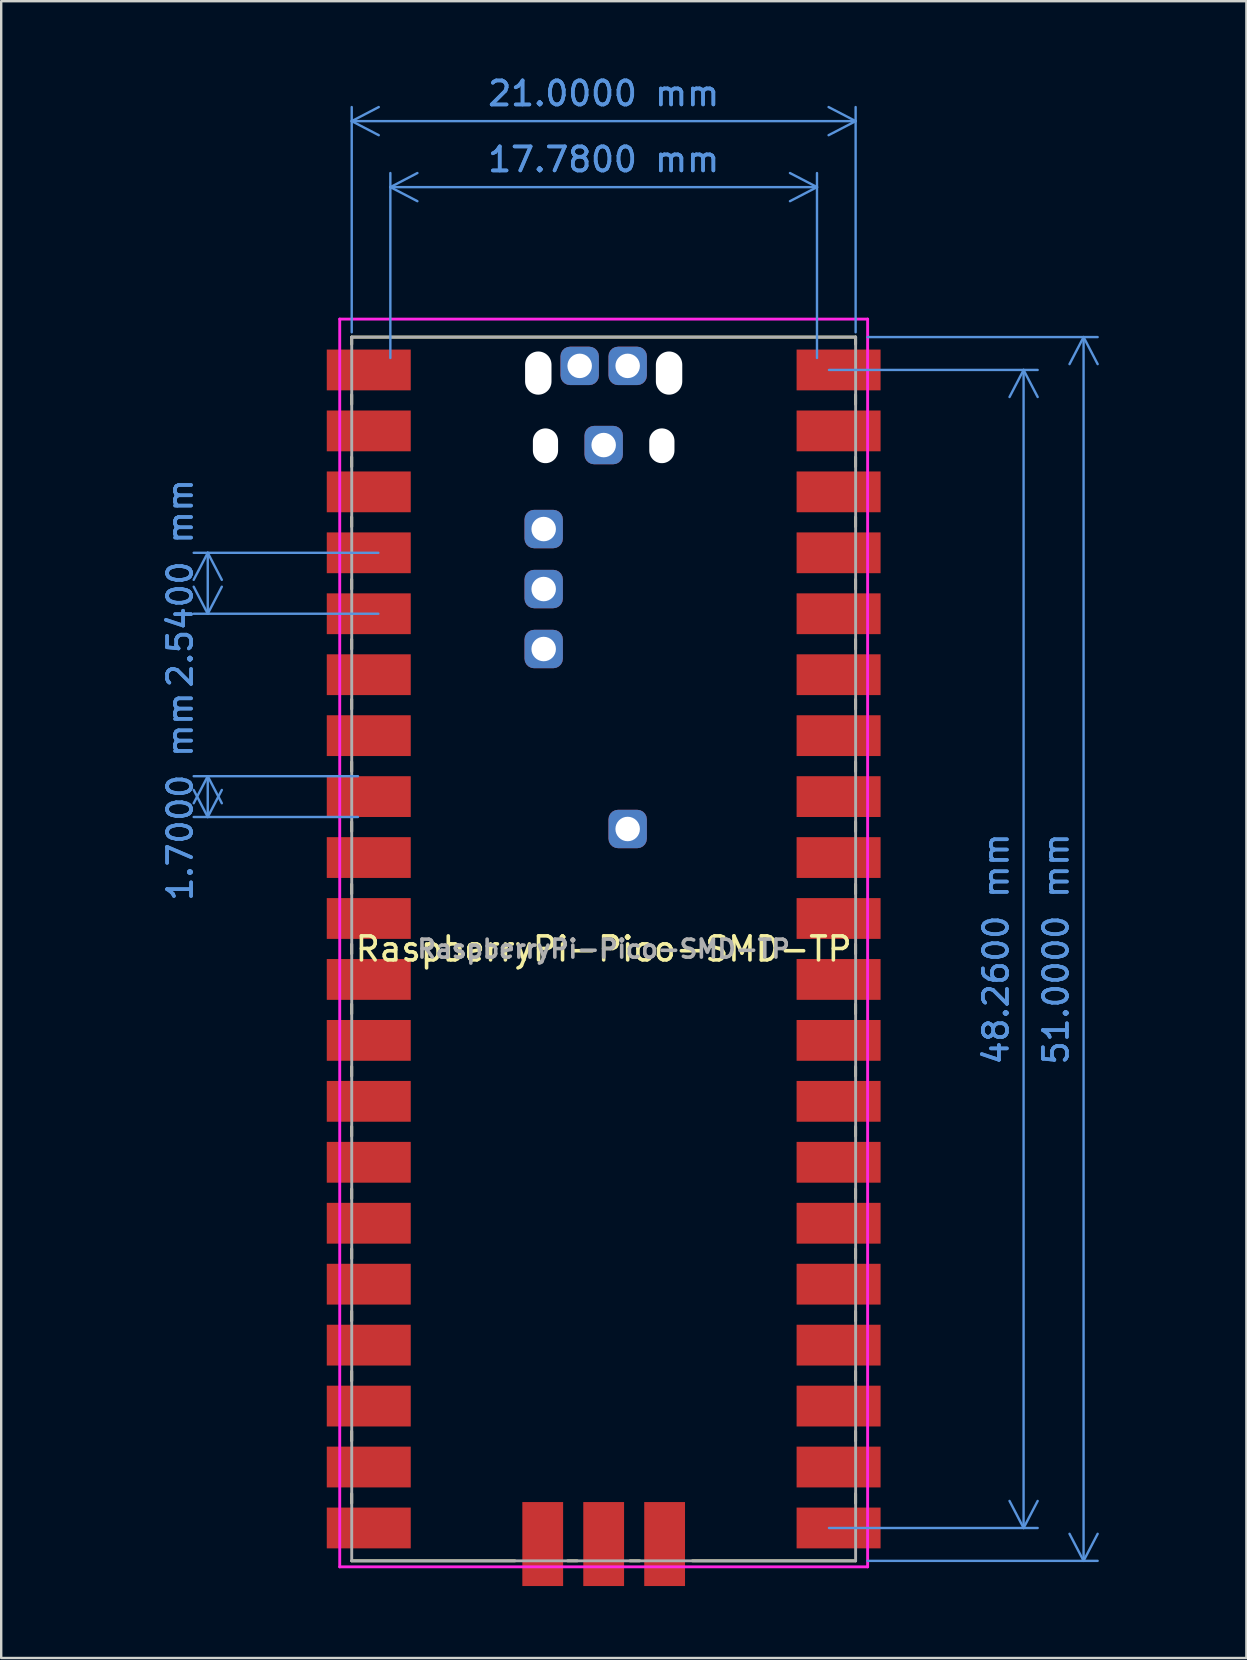
<source format=kicad_pcb>
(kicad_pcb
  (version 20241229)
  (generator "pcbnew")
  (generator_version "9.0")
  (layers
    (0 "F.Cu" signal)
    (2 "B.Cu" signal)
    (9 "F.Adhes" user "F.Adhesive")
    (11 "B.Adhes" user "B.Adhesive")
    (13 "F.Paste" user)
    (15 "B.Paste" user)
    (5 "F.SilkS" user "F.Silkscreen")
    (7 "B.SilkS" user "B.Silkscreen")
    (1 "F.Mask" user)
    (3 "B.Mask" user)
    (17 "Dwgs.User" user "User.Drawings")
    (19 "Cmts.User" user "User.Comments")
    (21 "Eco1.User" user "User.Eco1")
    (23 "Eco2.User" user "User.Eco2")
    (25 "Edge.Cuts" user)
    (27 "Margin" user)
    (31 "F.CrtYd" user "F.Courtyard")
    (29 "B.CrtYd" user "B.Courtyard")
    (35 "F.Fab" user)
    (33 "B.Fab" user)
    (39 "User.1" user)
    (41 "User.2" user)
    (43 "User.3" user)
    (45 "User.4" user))
  (footprint "RaspberryPi-Pico-SMD-TP"
    (layer "F.Cu")
    (at 11.608 61.998)
    (property "Reference" "RaspberryPi-Pico-SMD-TP" (at 10.5 -25.5 0) (layer "F.SilkS") (effects (font (size 1 1) (thickness 0.15))))
    (attr through_hole)
    (fp_line (start 0 -51) (end 0 -50.7) (stroke (width 0.12) (type solid)) (layer "F.SilkS"))
    (fp_line (start 0 -51) (end 21 -51) (stroke (width 0.12) (type solid)) (layer "F.SilkS"))
    (fp_line (start 0 -48.6) (end 0 -48.2) (stroke (width 0.12) (type solid)) (layer "F.SilkS"))
    (fp_line (start 0 -46) (end 0 -45.6) (stroke (width 0.12) (type solid)) (layer "F.SilkS"))
    (fp_line (start 0 -43.5) (end 0 -43.1) (stroke (width 0.12) (type solid)) (layer "F.SilkS"))
    (fp_line (start 0 -40.9) (end 0 -40.5) (stroke (width 0.12) (type solid)) (layer "F.SilkS"))
    (fp_line (start 0 -38.4) (end 0 -38) (stroke (width 0.12) (type solid)) (layer "F.SilkS"))
    (fp_line (start 0 -35.9) (end 0 -35.5) (stroke (width 0.12) (type solid)) (layer "F.SilkS"))
    (fp_line (start 0 -33.3) (end 0 -32.9) (stroke (width 0.12) (type solid)) (layer "F.SilkS"))
    (fp_line (start 0 -30.8) (end 0 -30.4) (stroke (width 0.12) (type solid)) (layer "F.SilkS"))
    (fp_line (start 0 -28.2) (end 0 -27.8) (stroke (width 0.12) (type solid)) (layer "F.SilkS"))
    (fp_line (start 0 -25.7) (end 0 -25.3) (stroke (width 0.12) (type solid)) (layer "F.SilkS"))
    (fp_line (start 0 -23.2) (end 0 -22.8) (stroke (width 0.12) (type solid)) (layer "F.SilkS"))
    (fp_line (start 0 -20.6) (end 0 -20.2) (stroke (width 0.12) (type solid)) (layer "F.SilkS"))
    (fp_line (start 0 -18.1) (end 0 -17.7) (stroke (width 0.12) (type solid)) (layer "F.SilkS"))
    (fp_line (start 0 -15.5) (end 0 -15.1) (stroke (width 0.12) (type solid)) (layer "F.SilkS"))
    (fp_line (start 0 -13) (end 0 -12.6) (stroke (width 0.12) (type solid)) (layer "F.SilkS"))
    (fp_line (start 0 -10.4) (end 0 -10) (stroke (width 0.12) (type solid)) (layer "F.SilkS"))
    (fp_line (start 0 -7.9) (end 0 -7.5) (stroke (width 0.12) (type solid)) (layer "F.SilkS"))
    (fp_line (start 0 -5.4) (end 0 -5) (stroke (width 0.12) (type solid)) (layer "F.SilkS"))
    (fp_line (start 0 -2.8) (end 0 -2.4) (stroke (width 0.12) (type solid)) (layer "F.SilkS"))
    (fp_line (start 6.8 0) (end 0 0) (stroke (width 0.12) (type solid)) (layer "F.SilkS"))
    (fp_line (start 9 0) (end 9.4 0) (stroke (width 0.12) (type solid)) (layer "F.SilkS"))
    (fp_line (start 11.6 0) (end 12 0) (stroke (width 0.12) (type solid)) (layer "F.SilkS"))
    (fp_line (start 21 -51) (end 21 -50.7) (stroke (width 0.12) (type solid)) (layer "F.SilkS"))
    (fp_line (start 21 -48.6) (end 21 -48.2) (stroke (width 0.12) (type solid)) (layer "F.SilkS"))
    (fp_line (start 21 -46) (end 21 -45.6) (stroke (width 0.12) (type solid)) (layer "F.SilkS"))
    (fp_line (start 21 -43.5) (end 21 -43.1) (stroke (width 0.12) (type solid)) (layer "F.SilkS"))
    (fp_line (start 21 -40.9) (end 21 -40.5) (stroke (width 0.12) (type solid)) (layer "F.SilkS"))
    (fp_line (start 21 -38.4) (end 21 -38) (stroke (width 0.12) (type solid)) (layer "F.SilkS"))
    (fp_line (start 21 -35.9) (end 21 -35.5) (stroke (width 0.12) (type solid)) (layer "F.SilkS"))
    (fp_line (start 21 -33.3) (end 21 -32.9) (stroke (width 0.12) (type solid)) (layer "F.SilkS"))
    (fp_line (start 21 -30.8) (end 21 -30.4) (stroke (width 0.12) (type solid)) (layer "F.SilkS"))
    (fp_line (start 21 -28.2) (end 21 -27.8) (stroke (width 0.12) (type solid)) (layer "F.SilkS"))
    (fp_line (start 21 -25.7) (end 21 -25.3) (stroke (width 0.12) (type solid)) (layer "F.SilkS"))
    (fp_line (start 21 -23.2) (end 21 -22.8) (stroke (width 0.12) (type solid)) (layer "F.SilkS"))
    (fp_line (start 21 -20.6) (end 21 -20.2) (stroke (width 0.12) (type solid)) (layer "F.SilkS"))
    (fp_line (start 21 -18.1) (end 21 -17.7) (stroke (width 0.12) (type solid)) (layer "F.SilkS"))
    (fp_line (start 21 -15.5) (end 21 -15.1) (stroke (width 0.12) (type solid)) (layer "F.SilkS"))
    (fp_line (start 21 -13) (end 21 -12.6) (stroke (width 0.12) (type solid)) (layer "F.SilkS"))
    (fp_line (start 21 -10.4) (end 21 -10) (stroke (width 0.12) (type solid)) (layer "F.SilkS"))
    (fp_line (start 21 -7.9) (end 21 -7.5) (stroke (width 0.12) (type solid)) (layer "F.SilkS"))
    (fp_line (start 21 -5.4) (end 21 -5) (stroke (width 0.12) (type solid)) (layer "F.SilkS"))
    (fp_line (start 21 -2.8) (end 21 -2.4) (stroke (width 0.12) (type solid)) (layer "F.SilkS"))
    (fp_line (start 21 0) (end 14.2 0) (stroke (width 0.12) (type solid)) (layer "F.SilkS"))
    (fp_line (start -0.5 -51.75) (end 21.5 -51.75) (stroke (width 0.12) (type solid)) (layer "F.CrtYd"))
    (fp_line (start -0.5 0.25) (end -0.5 -51.75) (stroke (width 0.12) (type solid)) (layer "F.CrtYd"))
    (fp_line (start 21.5 -51.75) (end 21.5 0.25) (stroke (width 0.12) (type solid)) (layer "F.CrtYd"))
    (fp_line (start 21.5 0.25) (end -0.5 0.25) (stroke (width 0.12) (type solid)) (layer "F.CrtYd"))
    (fp_line (start 0 -51) (end 21 -51) (stroke (width 0.12) (type solid)) (layer "F.Fab"))
    (fp_line (start 0 0) (end 0 -51) (stroke (width 0.12) (type solid)) (layer "F.Fab"))
    (fp_line (start 21 -51) (end 21 0) (stroke (width 0.12) (type solid)) (layer "F.Fab"))
    (fp_line (start 21 0) (end 0 0) (stroke (width 0.12) (type solid)) (layer "F.Fab"))
    (fp_text user "${REFERENCE}" (at 10.5 -25.5 180) (layer "F.Fab") (effects (font (size 0.75 0.75) (thickness 0.15))))
    (dimension (type aligned) (layer "Cmts.User") (pts (xy 13.218 19.988) (xy 13.218 22.528)) (height 7.61) (format (prefix "") (suffix "") (units 3) (units_format 1) (precision 4)) (style (thickness 0.1) (arrow_length 1.27) (text_position_mode 0) (arrow_direction outward) (extension_height 0.586) (extension_offset 0.5) (keep_text_aligned yes)) (gr_text "2.5400 mm" (at 4.458 21.258 90) (layer "Cmts.User") (effects (font (size 1 1) (thickness 0.15)))))
    (dimension (type aligned) (layer "Cmts.User") (pts (xy 12.368 29.298) (xy 12.368 30.998)) (height 6.76) (format (prefix "") (suffix "") (units 3) (units_format 1) (precision 4)) (style (thickness 0.1) (arrow_length 1.27) (text_position_mode 0) (arrow_direction outward) (extension_height 0.586) (extension_offset 0.5) (keep_text_aligned yes)) (gr_text "1.7000 mm" (at 4.458 30.148 90) (layer "Cmts.User") (effects (font (size 1 1) (thickness 0.15)))))
    (dimension (type aligned) (layer "Cmts.User") (pts (xy 32.608 10.998) (xy 32.608 61.998)) (height -9.5) (format (prefix "") (suffix "") (units 3) (units_format 1) (precision 4)) (style (thickness 0.1) (arrow_length 1.27) (text_position_mode 0) (arrow_direction outward) (extension_height 0.586) (extension_offset 0.5) (keep_text_aligned yes)) (gr_text "51.0000 mm" (at 40.958 36.498 90) (layer "Cmts.User") (effects (font (size 1 1) (thickness 0.15)))))
    (dimension (type aligned) (layer "Cmts.User") (pts (xy 13.218 12.368) (xy 30.998 12.368)) (height -7.62) (format (prefix "") (suffix "") (units 3) (units_format 1) (precision 4)) (style (thickness 0.1) (arrow_length 1.27) (text_position_mode 0) (arrow_direction outward) (extension_height 0.586) (extension_offset 0.5) (keep_text_aligned yes)) (gr_text "17.7800 mm" (at 22.108 3.598 0) (layer "Cmts.User") (effects (font (size 1 1) (thickness 0.15)))))
    (dimension (type aligned) (layer "Cmts.User") (pts (xy 30.998 12.368) (xy 30.998 60.628)) (height -8.61) (format (prefix "") (suffix "") (units 3) (units_format 1) (precision 4)) (style (thickness 0.1) (arrow_length 1.27) (text_position_mode 0) (arrow_direction outward) (extension_height 0.586) (extension_offset 0.5) (keep_text_aligned yes)) (gr_text "48.2600 mm" (at 38.458 36.498 90) (layer "Cmts.User") (effects (font (size 1 1) (thickness 0.15)))))
    (dimension (type aligned) (layer "Cmts.User") (pts (xy 11.608 11.298) (xy 32.608 11.298)) (height -9.3) (format (prefix "") (suffix "") (units 3) (units_format 1) (precision 4)) (style (thickness 0.1) (arrow_length 1.27) (text_position_mode 0) (arrow_direction outward) (extension_height 0.586) (extension_offset 0.5) (keep_text_aligned yes)) (gr_text "21.0000 mm" (at 22.108 0.848 0) (layer "Cmts.User") (effects (font (size 1 1) (thickness 0.15)))))
    (pad "" np_thru_hole oval (at 7.775 -49.5) (size 1.1 1.8) (drill oval 1.1 1.8) (layers "*.Cu" "*.Mask"))
    (pad "" np_thru_hole oval (at 8.075 -46.47) (size 1.05 1.45) (drill oval 1.05 1.45) (layers "*.Cu" "*.Mask"))
    (pad "" np_thru_hole oval (at 12.925 -46.47) (size 1.05 1.45) (drill oval 1.05 1.45) (layers "*.Cu" "*.Mask"))
    (pad "" np_thru_hole oval (at 13.225 -49.5) (size 1.1 1.8) (drill oval 1.1 1.8) (layers "*.Cu" "*.Mask"))
    (pad "1" smd rect (at 1.61 -49.63) (size 3.5 1.7) (drill (offset -0.9 0)) (layers "F.Cu" "F.Mask"))
    (pad "2" smd rect (at 1.61 -47.09) (size 3.5 1.7) (drill (offset -0.9 0)) (layers "F.Cu" "F.Mask"))
    (pad "3" smd rect (at 1.61 -44.55) (size 3.5 1.7) (drill (offset -0.9 0)) (layers "F.Cu" "F.Mask"))
    (pad "4" smd rect (at 1.61 -42.01) (size 3.5 1.7) (drill (offset -0.9 0)) (layers "F.Cu" "F.Mask"))
    (pad "5" smd rect (at 1.61 -39.47) (size 3.5 1.7) (drill (offset -0.9 0)) (layers "F.Cu" "F.Mask"))
    (pad "6" smd rect (at 1.61 -36.93) (size 3.5 1.7) (drill (offset -0.9 0)) (layers "F.Cu" "F.Mask"))
    (pad "7" smd rect (at 1.61 -34.39) (size 3.5 1.7) (drill (offset -0.9 0)) (layers "F.Cu" "F.Mask"))
    (pad "8" smd rect (at 1.61 -31.85) (size 3.5 1.7) (drill (offset -0.9 0)) (layers "F.Cu" "F.Mask"))
    (pad "9" smd rect (at 1.61 -29.31) (size 3.5 1.7) (drill (offset -0.9 0)) (layers "F.Cu" "F.Mask"))
    (pad "10" smd rect (at 1.61 -26.77) (size 3.5 1.7) (drill (offset -0.9 0)) (layers "F.Cu" "F.Mask"))
    (pad "11" smd rect (at 1.61 -24.23) (size 3.5 1.7) (drill (offset -0.9 0)) (layers "F.Cu" "F.Mask"))
    (pad "12" smd rect (at 1.61 -21.69) (size 3.5 1.7) (drill (offset -0.9 0)) (layers "F.Cu" "F.Mask"))
    (pad "13" smd rect (at 1.61 -19.15) (size 3.5 1.7) (drill (offset -0.9 0)) (layers "F.Cu" "F.Mask"))
    (pad "14" smd rect (at 1.61 -16.61) (size 3.5 1.7) (drill (offset -0.9 0)) (layers "F.Cu" "F.Mask"))
    (pad "15" smd rect (at 1.61 -14.07) (size 3.5 1.7) (drill (offset -0.9 0)) (layers "F.Cu" "F.Mask"))
    (pad "16" smd rect (at 1.61 -11.53) (size 3.5 1.7) (drill (offset -0.9 0)) (layers "F.Cu" "F.Mask"))
    (pad "17" smd rect (at 1.61 -8.99) (size 3.5 1.7) (drill (offset -0.9 0)) (layers "F.Cu" "F.Mask"))
    (pad "18" smd rect (at 1.61 -6.45) (size 3.5 1.7) (drill (offset -0.9 0)) (layers "F.Cu" "F.Mask"))
    (pad "19" smd rect (at 1.61 -3.91) (size 3.5 1.7) (drill (offset -0.9 0)) (layers "F.Cu" "F.Mask"))
    (pad "20" smd rect (at 1.61 -1.37) (size 3.5 1.7) (drill (offset -0.9 0)) (layers "F.Cu" "F.Mask"))
    (pad "21" smd rect (at 19.39 -1.37) (size 3.5 1.7) (drill (offset 0.9 0)) (layers "F.Cu" "F.Mask"))
    (pad "22" smd rect (at 19.39 -3.91) (size 3.5 1.7) (drill (offset 0.9 0)) (layers "F.Cu" "F.Mask"))
    (pad "23" smd rect (at 19.39 -6.45) (size 3.5 1.7) (drill (offset 0.9 0)) (layers "F.Cu" "F.Mask"))
    (pad "24" smd rect (at 19.39 -8.99) (size 3.5 1.7) (drill (offset 0.9 0)) (layers "F.Cu" "F.Mask"))
    (pad "25" smd rect (at 19.39 -11.53) (size 3.5 1.7) (drill (offset 0.9 0)) (layers "F.Cu" "F.Mask"))
    (pad "26" smd rect (at 19.39 -14.07) (size 3.5 1.7) (drill (offset 0.9 0)) (layers "F.Cu" "F.Mask"))
    (pad "27" smd rect (at 19.39 -16.61) (size 3.5 1.7) (drill (offset 0.9 0)) (layers "F.Cu" "F.Mask"))
    (pad "28" smd rect (at 19.39 -19.15) (size 3.5 1.7) (drill (offset 0.9 0)) (layers "F.Cu" "F.Mask"))
    (pad "29" smd rect (at 19.39 -21.69) (size 3.5 1.7) (drill (offset 0.9 0)) (layers "F.Cu" "F.Mask"))
    (pad "30" smd rect (at 19.39 -24.23) (size 3.5 1.7) (drill (offset 0.9 0)) (layers "F.Cu" "F.Mask"))
    (pad "31" smd rect (at 19.39 -26.77) (size 3.5 1.7) (drill (offset 0.9 0)) (layers "F.Cu" "F.Mask"))
    (pad "32" smd rect (at 19.39 -29.31) (size 3.5 1.7) (drill (offset 0.9 0)) (layers "F.Cu" "F.Mask"))
    (pad "33" smd rect (at 19.39 -31.85) (size 3.5 1.7) (drill (offset 0.9 0)) (layers "F.Cu" "F.Mask"))
    (pad "34" smd rect (at 19.39 -34.39) (size 3.5 1.7) (drill (offset 0.9 0)) (layers "F.Cu" "F.Mask"))
    (pad "35" smd rect (at 19.39 -36.93) (size 3.5 1.7) (drill (offset 0.9 0)) (layers "F.Cu" "F.Mask"))
    (pad "36" smd rect (at 19.39 -39.47) (size 3.5 1.7) (drill (offset 0.9 0)) (layers "F.Cu" "F.Mask"))
    (pad "37" smd rect (at 19.39 -42.01) (size 3.5 1.7) (drill (offset 0.9 0)) (layers "F.Cu" "F.Mask"))
    (pad "38" smd rect (at 19.39 -44.55) (size 3.5 1.7) (drill (offset 0.9 0)) (layers "F.Cu" "F.Mask"))
    (pad "39" smd rect (at 19.39 -47.09) (size 3.5 1.7) (drill (offset 0.9 0)) (layers "F.Cu" "F.Mask"))
    (pad "40" smd rect (at 19.39 -49.63) (size 3.5 1.7) (drill (offset 0.9 0)) (layers "F.Cu" "F.Mask"))
    (pad "41" smd rect (at 7.96 -1.6 90) (size 3.5 1.7) (drill (offset -0.9 0)) (layers "F.Cu" "F.Mask"))
    (pad "42" smd rect (at 10.5 -1.6 90) (size 3.5 1.7) (drill (offset -0.9 0)) (layers "F.Cu" "F.Mask"))
    (pad "43" smd rect (at 13.04 -1.6 90) (size 3.5 1.7) (drill (offset -0.9 0)) (layers "F.Cu" "F.Mask"))
    (pad "44" thru_hole roundrect (at 10.5 -46.5) (size 1.6 1.6) (drill 1.02) (layers "*.Cu" "*.Mask") (roundrect_rratio 0.25))
    (pad "45" thru_hole roundrect (at 11.5 -49.8) (size 1.6 1.6) (drill 1.02) (layers "*.Cu" "*.Mask") (roundrect_rratio 0.25))
    (pad "46" thru_hole roundrect (at 9.5 -49.8) (size 1.6 1.6) (drill 1.02) (layers "*.Cu" "*.Mask") (roundrect_rratio 0.25))
    (pad "47" thru_hole roundrect (at 8 -43) (size 1.6 1.6) (drill 1.02) (layers "*.Cu" "*.Mask") (roundrect_rratio 0.25))
    (pad "48" thru_hole roundrect (at 8 -40.5) (size 1.6 1.6) (drill 1.02) (layers "*.Cu" "*.Mask") (roundrect_rratio 0.25))
    (pad "49" thru_hole roundrect (at 8 -38) (size 1.6 1.6) (drill 1.02) (layers "*.Cu" "*.Mask") (roundrect_rratio 0.25))
    (pad "50" thru_hole roundrect (at 11.5 -30.5) (size 1.6 1.6) (drill 1.02) (layers "*.Cu" "*.Mask") (roundrect_rratio 0.25)))
  (gr_rect
    (start -3 -3)
    (end 48.893 66.048)
    (stroke (width 0.1) (type default))
    (fill no)
    (layer "Edge.Cuts")))
</source>
